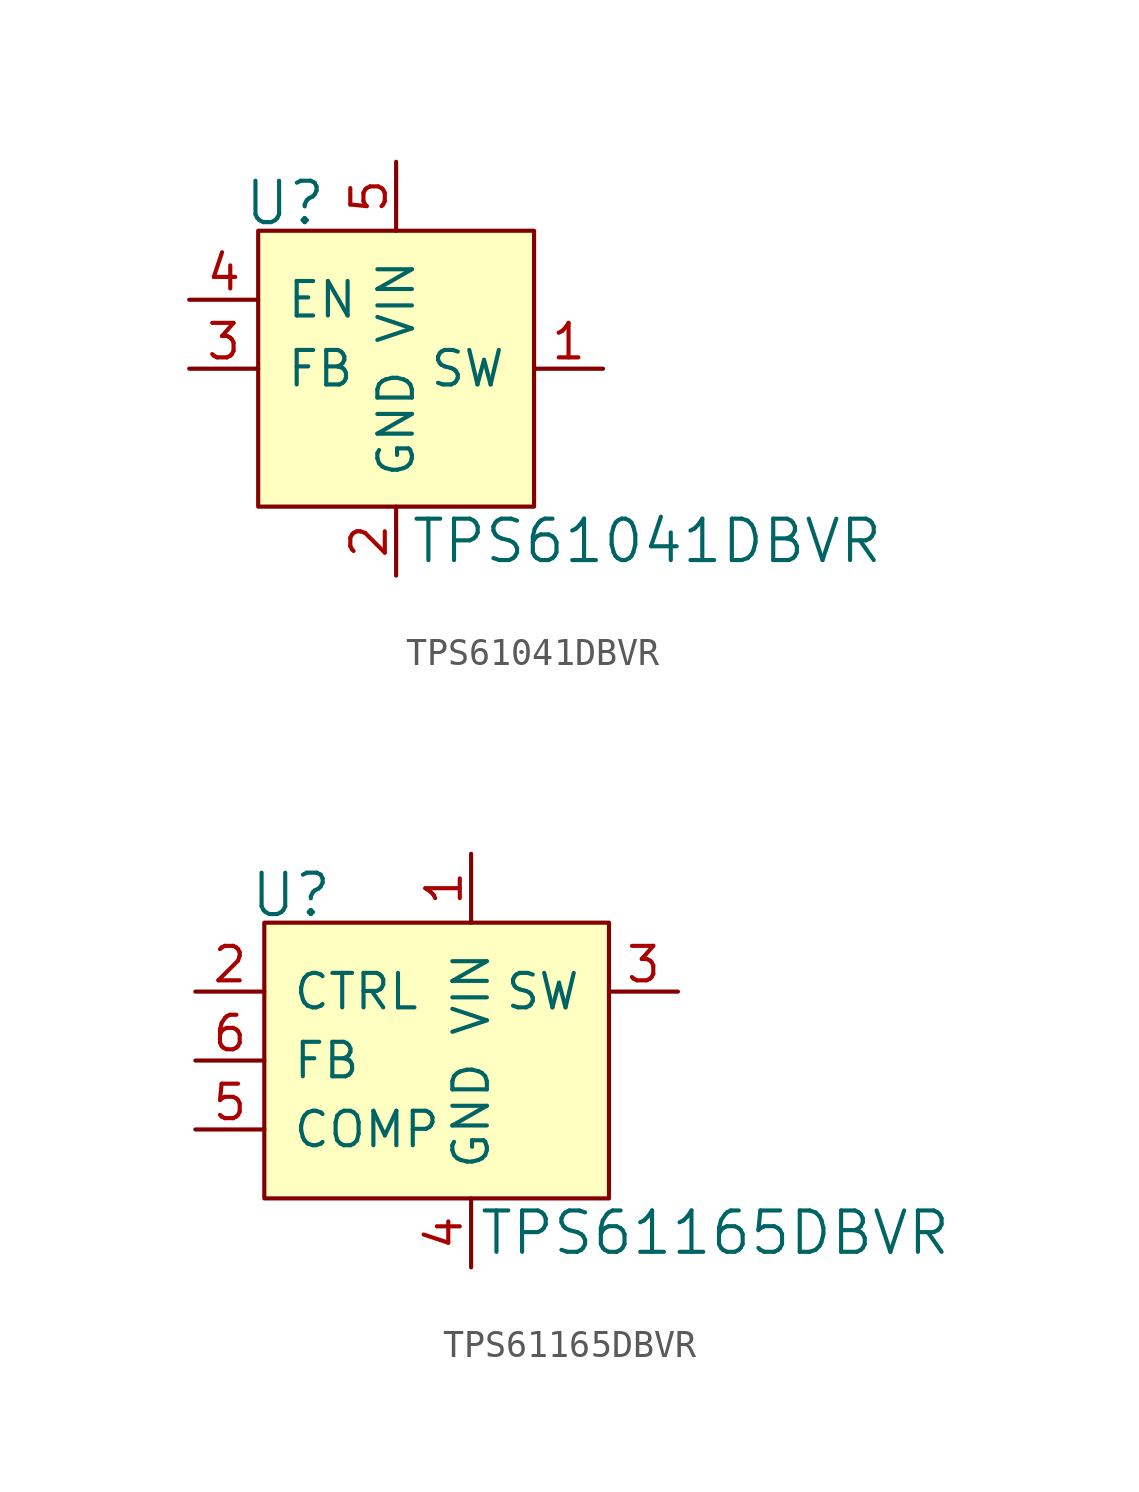
<source format=kicad_sym>
(kicad_symbol_lib
  (version 20201005)
  (generator kicad_symbol_editor)
  (symbol "TPS61041DBVR"
    (pin_names
      (offset 1.016))
    (property "Reference" "U"
      (at -2.54 6.096 0)
      (effects (font (size 1.524 1.524)) (justify right)))
    (property "Value" "TPS61041DBVR"
      (at 0.508 -6.35 0)
      (effects (font (size 1.524 1.524)) (justify left)))
    (symbol "TPS61041DBVR_0_1"
      (rectangle (start -5.08 5.08) (end 5.08 -5.08) (stroke (width 0)) (fill (type background))))
    (symbol "TPS61041DBVR_1_1"
      (pin power_out line (at 7.62 0 180) (length 2.54) (name "SW" (effects (font (size 1.27 1.27)))) (number "1" (effects (font (size 1.27 1.27)))))
      (pin power_in line (at 0 -7.62 90) (length 2.54) (name "GND" (effects (font (size 1.27 1.27)))) (number "2" (effects (font (size 1.27 1.27)))))
      (pin passive line (at -7.62 0 0) (length 2.54) (name "FB" (effects (font (size 1.27 1.27)))) (number "3" (effects (font (size 1.27 1.27)))))
      (pin input line (at -7.62 2.54 0) (length 2.54) (name "EN" (effects (font (size 1.27 1.27)))) (number "4" (effects (font (size 1.27 1.27)))))
      (pin power_in line (at 0 7.62 270) (length 2.54) (name "VIN" (effects (font (size 1.27 1.27)))) (number "5" (effects (font (size 1.27 1.27)))))))
  (symbol "TPS61165DBVR"
    (pin_names
      (offset 1.016))
    (property "Reference" "U"
      (at -5.08 6.096 0)
      (effects (font (size 1.524 1.524)) (justify right)))
    (property "Value" "TPS61165DBVR"
      (at 0.254 -6.35 0)
      (effects (font (size 1.524 1.524)) (justify left)))
    (symbol "TPS61165DBVR_1_1"
      (rectangle (start -7.62 5.08) (end 5.08 -5.08) (stroke (width 0)) (fill (type background)))
      (pin power_in line (at 0 7.62 270) (length 2.54) (name "VIN" (effects (font (size 1.27 1.27)))) (number "1" (effects (font (size 1.27 1.27)))))
      (pin input line (at -10.16 2.54 0) (length 2.54) (name "CTRL" (effects (font (size 1.27 1.27)))) (number "2" (effects (font (size 1.27 1.27)))))
      (pin power_out line (at 7.62 2.54 180) (length 2.54) (name "SW" (effects (font (size 1.27 1.27)))) (number "3" (effects (font (size 1.27 1.27)))))
      (pin power_in line (at 0 -7.62 90) (length 2.54) (name "GND" (effects (font (size 1.27 1.27)))) (number "4" (effects (font (size 1.27 1.27)))))
      (pin passive line (at -10.16 -2.54 0) (length 2.54) (name "COMP" (effects (font (size 1.27 1.27)))) (number "5" (effects (font (size 1.27 1.27)))))
      (pin passive line (at -10.16 0 0) (length 2.54) (name "FB" (effects (font (size 1.27 1.27)))) (number "6" (effects (font (size 1.27 1.27))))))))
</source>
